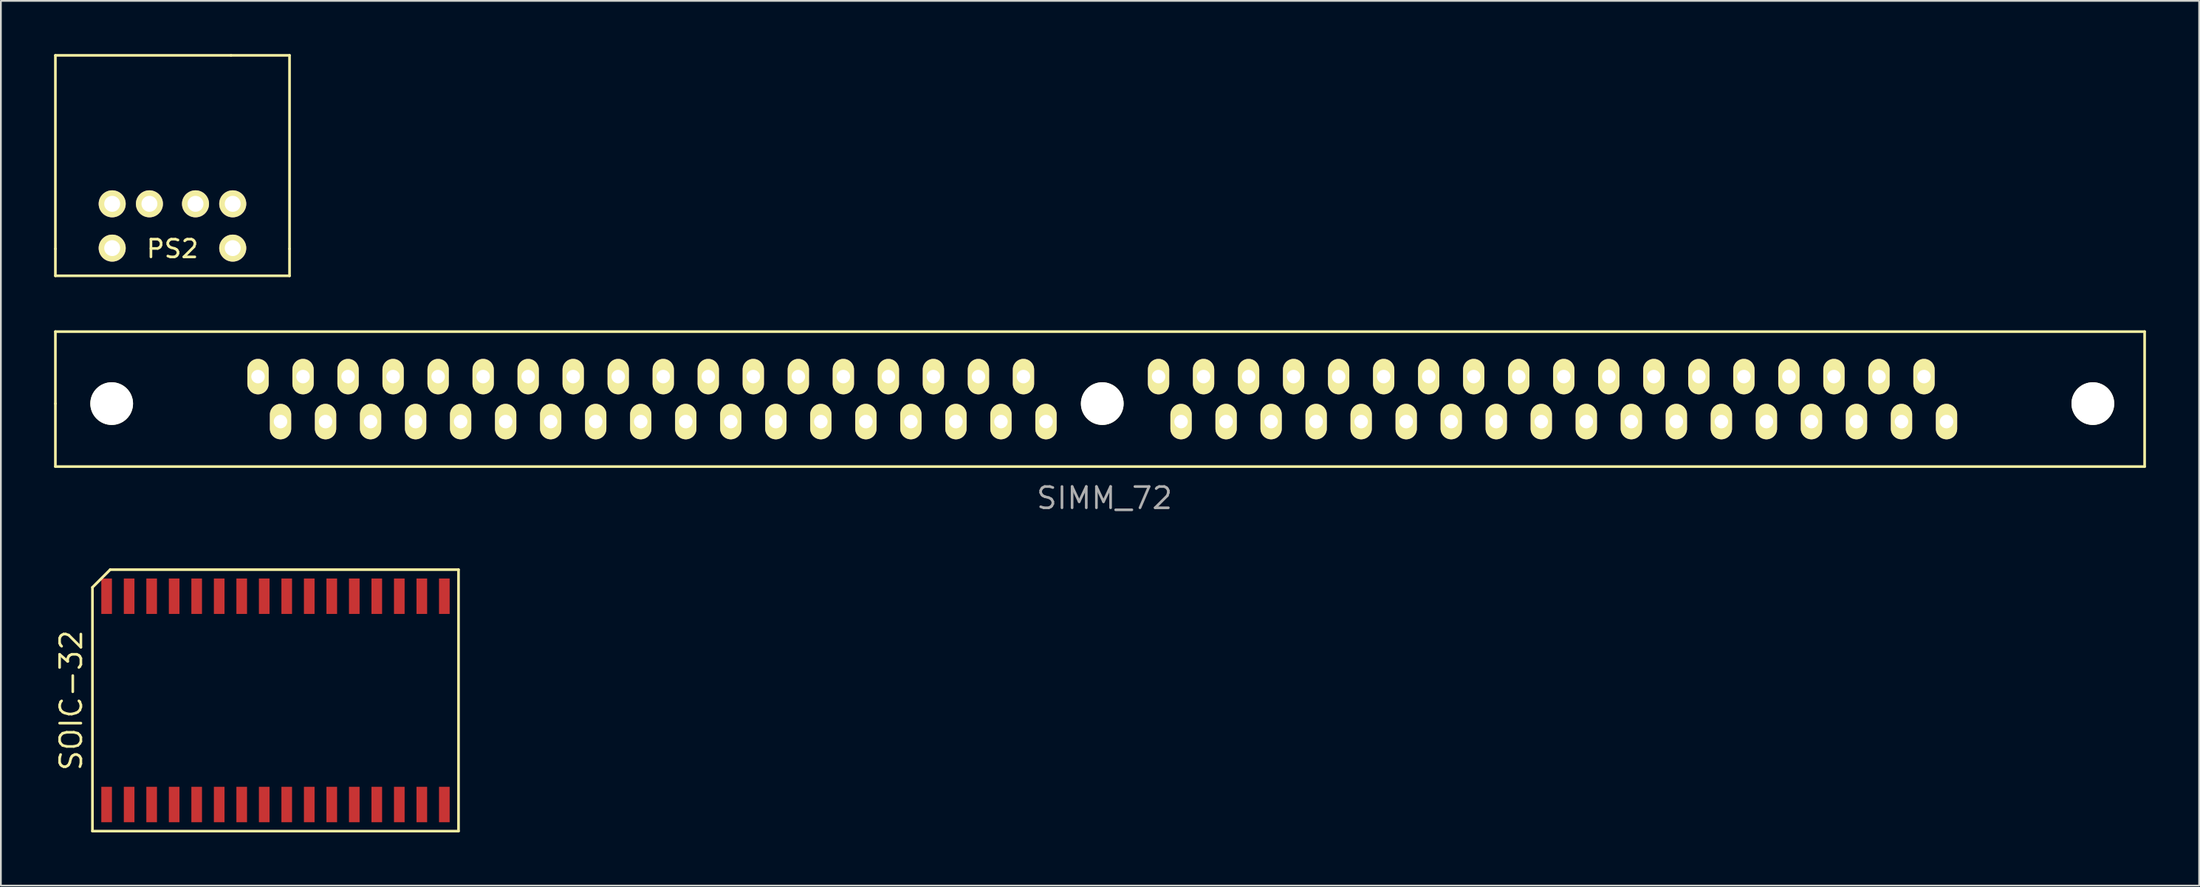
<source format=kicad_pcb>
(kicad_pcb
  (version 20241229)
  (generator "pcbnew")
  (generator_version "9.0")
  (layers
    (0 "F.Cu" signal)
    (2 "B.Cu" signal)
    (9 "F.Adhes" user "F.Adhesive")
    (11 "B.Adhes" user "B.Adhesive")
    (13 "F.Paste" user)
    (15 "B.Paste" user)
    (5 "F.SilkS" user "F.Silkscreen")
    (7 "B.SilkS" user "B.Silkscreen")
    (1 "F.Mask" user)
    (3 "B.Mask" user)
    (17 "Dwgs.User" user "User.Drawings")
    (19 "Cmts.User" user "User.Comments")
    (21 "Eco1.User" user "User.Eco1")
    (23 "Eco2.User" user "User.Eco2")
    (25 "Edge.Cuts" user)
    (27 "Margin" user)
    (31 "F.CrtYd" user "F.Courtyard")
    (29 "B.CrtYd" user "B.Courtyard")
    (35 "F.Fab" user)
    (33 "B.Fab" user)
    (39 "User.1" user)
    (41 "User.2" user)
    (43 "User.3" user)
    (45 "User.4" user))
  (footprint "PS2"
    (layer "F.Cu")
    (at 6.679 8.457)
    (property "Reference" "PS2" (at 0 2.54 0) (layer "F.SilkS") (effects (font (size 1 1) (thickness 0.15))))
    (fp_line (start -6.604 -8.382) (end 3.302 -8.382) (stroke (width 0.15) (type solid)) (layer "F.SilkS"))
    (fp_line (start -6.604 2.54) (end -6.604 -8.382) (stroke (width 0.15) (type solid)) (layer "F.SilkS"))
    (fp_line (start -6.604 4.064) (end -6.604 2.54) (stroke (width 0.15) (type solid)) (layer "F.SilkS"))
    (fp_line (start 3.302 -8.382) (end 6.604 -8.382) (stroke (width 0.15) (type solid)) (layer "F.SilkS"))
    (fp_line (start 6.604 -8.382) (end 6.604 2.54) (stroke (width 0.15) (type solid)) (layer "F.SilkS"))
    (fp_line (start 6.604 2.54) (end 6.604 4.064) (stroke (width 0.15) (type solid)) (layer "F.SilkS"))
    (fp_line (start 6.604 4.064) (end -6.604 4.064) (stroke (width 0.15) (type solid)) (layer "F.SilkS"))
    (pad "1" thru_hole circle (at -1.3 0) (size 1.524 1.524) (drill 0.9) (layers "*.Cu" "*.Mask" "F.SilkS"))
    (pad "2" thru_hole circle (at 1.3 0) (size 1.524 1.524) (drill 0.9) (layers "*.Cu" "*.Mask" "F.SilkS"))
    (pad "3" thru_hole circle (at -3.4 0) (size 1.524 1.524) (drill 0.9) (layers "*.Cu" "*.Mask" "F.SilkS"))
    (pad "4" thru_hole circle (at 3.4 0) (size 1.524 1.524) (drill 0.9) (layers "*.Cu" "*.Mask" "F.SilkS"))
    (pad "5" thru_hole circle (at -3.4 2.5) (size 1.524 1.524) (drill 0.9) (layers "*.Cu" "*.Mask" "F.SilkS"))
    (pad "6" thru_hole circle (at 3.4 2.5) (size 1.524 1.524) (drill 0.9) (layers "*.Cu" "*.Mask" "F.SilkS")))
  (footprint "SIMM_72"
    (layer "F.Cu")
    (at 59.003 19.735)
    (property "Reference" "SIMM_72" (at 0.254 5.334 0) (layer "F.Fab") (effects (font (size 1.2 1.2) (thickness 0.15))))
    (attr through_hole)
    (fp_line (start -58.928 -4.064) (end -58.928 0) (stroke (width 0.15) (type solid)) (layer "F.SilkS"))
    (fp_line (start -58.928 0) (end -58.928 3.556) (stroke (width 0.15) (type solid)) (layer "F.SilkS"))
    (fp_line (start -58.928 3.556) (end 58.928 3.556) (stroke (width 0.15) (type solid)) (layer "F.SilkS"))
    (fp_line (start 58.928 -4.064) (end -58.928 -4.064) (stroke (width 0.15) (type solid)) (layer "F.SilkS"))
    (fp_line (start 58.928 3.556) (end 58.928 -4.064) (stroke (width 0.15) (type solid)) (layer "F.SilkS"))
    (pad "" np_thru_hole circle (at -55.753 0) (size 2.41 2.41) (drill 2.41) (layers "*.Cu" "*.Mask" "F.SilkS"))
    (pad "" np_thru_hole circle (at 0.127 0) (size 2.41 2.41) (drill 2.41) (layers "*.Cu" "*.Mask" "F.SilkS"))
    (pad "" np_thru_hole circle (at 56.007 0) (size 2.41 2.41) (drill 2.41) (layers "*.Cu" "*.Mask" "F.SilkS"))
    (pad "1" thru_hole oval (at 47.752 1.016) (size 1.2 2) (drill 0.762) (layers "*.Cu" "*.Mask" "F.SilkS"))
    (pad "2" thru_hole oval (at 46.482 -1.524) (size 1.2 2) (drill 0.762) (layers "*.Cu" "*.Mask" "F.SilkS"))
    (pad "3" thru_hole oval (at 45.212 1.016) (size 1.2 2) (drill 0.762) (layers "*.Cu" "*.Mask" "F.SilkS"))
    (pad "4" thru_hole oval (at 43.942 -1.524) (size 1.2 2) (drill 0.762) (layers "*.Cu" "*.Mask" "F.SilkS"))
    (pad "5" thru_hole oval (at 42.672 1.016) (size 1.2 2) (drill 0.762) (layers "*.Cu" "*.Mask" "F.SilkS"))
    (pad "6" thru_hole oval (at 41.402 -1.524) (size 1.2 2) (drill 0.762) (layers "*.Cu" "*.Mask" "F.SilkS"))
    (pad "7" thru_hole oval (at 40.132 1.016) (size 1.2 2) (drill 0.762) (layers "*.Cu" "*.Mask" "F.SilkS"))
    (pad "8" thru_hole oval (at 38.862 -1.524) (size 1.2 2) (drill 0.762) (layers "*.Cu" "*.Mask" "F.SilkS"))
    (pad "9" thru_hole oval (at 37.592 1.016) (size 1.2 2) (drill 0.762) (layers "*.Cu" "*.Mask" "F.SilkS"))
    (pad "10" thru_hole oval (at 36.322 -1.524) (size 1.2 2) (drill 0.762) (layers "*.Cu" "*.Mask" "F.SilkS"))
    (pad "11" thru_hole oval (at 35.052 1.016) (size 1.2 2) (drill 0.762) (layers "*.Cu" "*.Mask" "F.SilkS"))
    (pad "12" thru_hole oval (at 33.782 -1.524) (size 1.2 2) (drill 0.762) (layers "*.Cu" "*.Mask" "F.SilkS"))
    (pad "13" thru_hole oval (at 32.512 1.016) (size 1.2 2) (drill 0.762) (layers "*.Cu" "*.Mask" "F.SilkS"))
    (pad "14" thru_hole oval (at 31.242 -1.524) (size 1.2 2) (drill 0.762) (layers "*.Cu" "*.Mask" "F.SilkS"))
    (pad "15" thru_hole oval (at 29.972 1.016) (size 1.2 2) (drill 0.762) (layers "*.Cu" "*.Mask" "F.SilkS"))
    (pad "16" thru_hole oval (at 28.702 -1.524) (size 1.2 2) (drill 0.762) (layers "*.Cu" "*.Mask" "F.SilkS"))
    (pad "17" thru_hole oval (at 27.432 1.016) (size 1.2 2) (drill 0.762) (layers "*.Cu" "*.Mask" "F.SilkS"))
    (pad "18" thru_hole oval (at 26.162 -1.524) (size 1.2 2) (drill 0.762) (layers "*.Cu" "*.Mask" "F.SilkS"))
    (pad "19" thru_hole oval (at 24.892 1.016) (size 1.2 2) (drill 0.762) (layers "*.Cu" "*.Mask" "F.SilkS"))
    (pad "20" thru_hole oval (at 23.622 -1.524) (size 1.2 2) (drill 0.762) (layers "*.Cu" "*.Mask" "F.SilkS"))
    (pad "21" thru_hole oval (at 22.352 1.016) (size 1.2 2) (drill 0.762) (layers "*.Cu" "*.Mask" "F.SilkS"))
    (pad "22" thru_hole oval (at 21.082 -1.524) (size 1.2 2) (drill 0.762) (layers "*.Cu" "*.Mask" "F.SilkS"))
    (pad "23" thru_hole oval (at 19.812 1.016) (size 1.2 2) (drill 0.762) (layers "*.Cu" "*.Mask" "F.SilkS"))
    (pad "24" thru_hole oval (at 18.542 -1.524) (size 1.2 2) (drill 0.762) (layers "*.Cu" "*.Mask" "F.SilkS"))
    (pad "25" thru_hole oval (at 17.272 1.016) (size 1.2 2) (drill 0.762) (layers "*.Cu" "*.Mask" "F.SilkS"))
    (pad "26" thru_hole oval (at 16.002 -1.524) (size 1.2 2) (drill 0.762) (layers "*.Cu" "*.Mask" "F.SilkS"))
    (pad "27" thru_hole oval (at 14.732 1.016) (size 1.2 2) (drill 0.762) (layers "*.Cu" "*.Mask" "F.SilkS"))
    (pad "28" thru_hole oval (at 13.462 -1.524) (size 1.2 2) (drill 0.762) (layers "*.Cu" "*.Mask" "F.SilkS"))
    (pad "29" thru_hole oval (at 12.192 1.016) (size 1.2 2) (drill 0.762) (layers "*.Cu" "*.Mask" "F.SilkS"))
    (pad "30" thru_hole oval (at 10.922 -1.524) (size 1.2 2) (drill 0.762) (layers "*.Cu" "*.Mask" "F.SilkS"))
    (pad "31" thru_hole oval (at 9.652 1.016) (size 1.2 2) (drill 0.762) (layers "*.Cu" "*.Mask" "F.SilkS"))
    (pad "32" thru_hole oval (at 8.382 -1.524) (size 1.2 2) (drill 0.762) (layers "*.Cu" "*.Mask" "F.SilkS"))
    (pad "33" thru_hole oval (at 7.112 1.016) (size 1.2 2) (drill 0.762) (layers "*.Cu" "*.Mask" "F.SilkS"))
    (pad "34" thru_hole oval (at 5.842 -1.524) (size 1.2 2) (drill 0.762) (layers "*.Cu" "*.Mask" "F.SilkS"))
    (pad "35" thru_hole oval (at 4.572 1.016) (size 1.2 2) (drill 0.762) (layers "*.Cu" "*.Mask" "F.SilkS"))
    (pad "36" thru_hole oval (at 3.302 -1.524) (size 1.2 2) (drill 0.762) (layers "*.Cu" "*.Mask" "F.SilkS"))
    (pad "37" thru_hole oval (at -3.048 1.016) (size 1.2 2) (drill 0.762) (layers "*.Cu" "*.Mask" "F.SilkS"))
    (pad "38" thru_hole oval (at -4.318 -1.524) (size 1.2 2) (drill 0.762) (layers "*.Cu" "*.Mask" "F.SilkS"))
    (pad "39" thru_hole oval (at -5.588 1.016) (size 1.2 2) (drill 0.762) (layers "*.Cu" "*.Mask" "F.SilkS"))
    (pad "40" thru_hole oval (at -6.858 -1.524) (size 1.2 2) (drill 0.762) (layers "*.Cu" "*.Mask" "F.SilkS"))
    (pad "41" thru_hole oval (at -8.128 1.016) (size 1.2 2) (drill 0.762) (layers "*.Cu" "*.Mask" "F.SilkS"))
    (pad "42" thru_hole oval (at -9.398 -1.524) (size 1.2 2) (drill 0.762) (layers "*.Cu" "*.Mask" "F.SilkS"))
    (pad "43" thru_hole oval (at -10.668 1.016) (size 1.2 2) (drill 0.762) (layers "*.Cu" "*.Mask" "F.SilkS"))
    (pad "44" thru_hole oval (at -11.938 -1.524) (size 1.2 2) (drill 0.762) (layers "*.Cu" "*.Mask" "F.SilkS"))
    (pad "45" thru_hole oval (at -13.208 1.016) (size 1.2 2) (drill 0.762) (layers "*.Cu" "*.Mask" "F.SilkS"))
    (pad "46" thru_hole oval (at -14.478 -1.524) (size 1.2 2) (drill 0.762) (layers "*.Cu" "*.Mask" "F.SilkS"))
    (pad "47" thru_hole oval (at -15.748 1.016) (size 1.2 2) (drill 0.762) (layers "*.Cu" "*.Mask" "F.SilkS"))
    (pad "48" thru_hole oval (at -17.018 -1.524) (size 1.2 2) (drill 0.762) (layers "*.Cu" "*.Mask" "F.SilkS"))
    (pad "49" thru_hole oval (at -18.288 1.016) (size 1.2 2) (drill 0.762) (layers "*.Cu" "*.Mask" "F.SilkS"))
    (pad "50" thru_hole oval (at -19.558 -1.524) (size 1.2 2) (drill 0.762) (layers "*.Cu" "*.Mask" "F.SilkS"))
    (pad "51" thru_hole oval (at -20.828 1.016) (size 1.2 2) (drill 0.762) (layers "*.Cu" "*.Mask" "F.SilkS"))
    (pad "52" thru_hole oval (at -22.098 -1.524) (size 1.2 2) (drill 0.762) (layers "*.Cu" "*.Mask" "F.SilkS"))
    (pad "53" thru_hole oval (at -23.368 1.016) (size 1.2 2) (drill 0.762) (layers "*.Cu" "*.Mask" "F.SilkS"))
    (pad "54" thru_hole oval (at -24.638 -1.524) (size 1.2 2) (drill 0.762) (layers "*.Cu" "*.Mask" "F.SilkS"))
    (pad "55" thru_hole oval (at -25.908 1.016) (size 1.2 2) (drill 0.762) (layers "*.Cu" "*.Mask" "F.SilkS"))
    (pad "56" thru_hole oval (at -27.178 -1.524) (size 1.2 2) (drill 0.762) (layers "*.Cu" "*.Mask" "F.SilkS"))
    (pad "57" thru_hole oval (at -28.448 1.016) (size 1.2 2) (drill 0.762) (layers "*.Cu" "*.Mask" "F.SilkS"))
    (pad "58" thru_hole oval (at -29.718 -1.524) (size 1.2 2) (drill 0.762) (layers "*.Cu" "*.Mask" "F.SilkS"))
    (pad "59" thru_hole oval (at -30.988 1.016) (size 1.2 2) (drill 0.762) (layers "*.Cu" "*.Mask" "F.SilkS"))
    (pad "60" thru_hole oval (at -32.258 -1.524) (size 1.2 2) (drill 0.762) (layers "*.Cu" "*.Mask" "F.SilkS"))
    (pad "61" thru_hole oval (at -33.528 1.016) (size 1.2 2) (drill 0.762) (layers "*.Cu" "*.Mask" "F.SilkS"))
    (pad "62" thru_hole oval (at -34.798 -1.524) (size 1.2 2) (drill 0.762) (layers "*.Cu" "*.Mask" "F.SilkS"))
    (pad "63" thru_hole oval (at -36.068 1.016) (size 1.2 2) (drill 0.762) (layers "*.Cu" "*.Mask" "F.SilkS"))
    (pad "64" thru_hole oval (at -37.338 -1.524) (size 1.2 2) (drill 0.762) (layers "*.Cu" "*.Mask" "F.SilkS"))
    (pad "65" thru_hole oval (at -38.608 1.016) (size 1.2 2) (drill 0.762) (layers "*.Cu" "*.Mask" "F.SilkS"))
    (pad "66" thru_hole oval (at -39.878 -1.524) (size 1.2 2) (drill 0.762) (layers "*.Cu" "*.Mask" "F.SilkS"))
    (pad "67" thru_hole oval (at -41.148 1.016) (size 1.2 2) (drill 0.762) (layers "*.Cu" "*.Mask" "F.SilkS"))
    (pad "68" thru_hole oval (at -42.418 -1.524) (size 1.2 2) (drill 0.762) (layers "*.Cu" "*.Mask" "F.SilkS"))
    (pad "69" thru_hole oval (at -43.688 1.016) (size 1.2 2) (drill 0.762) (layers "*.Cu" "*.Mask" "F.SilkS"))
    (pad "70" thru_hole oval (at -44.958 -1.524) (size 1.2 2) (drill 0.762) (layers "*.Cu" "*.Mask" "F.SilkS"))
    (pad "71" thru_hole oval (at -46.228 1.016) (size 1.2 2) (drill 0.762) (layers "*.Cu" "*.Mask" "F.SilkS"))
    (pad "72" thru_hole oval (at -47.498 -1.524) (size 1.2 2) (drill 0.762) (layers "*.Cu" "*.Mask" "F.SilkS")))
  (footprint "SOIC-32"
    (layer "F.Cu")
    (at 12.49 36.489)
    (property "Reference" "SOIC-32" (at -11.525 0 90) (layer "F.SilkS") (effects (font (size 1.2 1.2) (thickness 0.15))))
    (attr through_hole)
    (fp_line (start -10.325 -6.38) (end -10.325 7.38) (stroke (width 0.15) (type solid)) (layer "F.SilkS"))
    (fp_line (start -10.325 7.38) (end 10.325 7.38) (stroke (width 0.15) (type solid)) (layer "F.SilkS"))
    (fp_line (start -9.325 -7.38) (end -10.325 -6.38) (stroke (width 0.15) (type solid)) (layer "F.SilkS"))
    (fp_line (start 10.325 -7.38) (end -9.325 -7.38) (stroke (width 0.15) (type solid)) (layer "F.SilkS"))
    (fp_line (start 10.325 7.38) (end 10.325 -7.38) (stroke (width 0.15) (type solid)) (layer "F.SilkS"))
    (pad "1" smd rect (at -9.525 5.88) (size 0.6 2) (layers "F.Cu" "F.Mask" "F.Paste"))
    (pad "2" smd rect (at -8.255 5.88) (size 0.6 2) (layers "F.Cu" "F.Mask" "F.Paste"))
    (pad "3" smd rect (at -6.985 5.88) (size 0.6 2) (layers "F.Cu" "F.Mask" "F.Paste"))
    (pad "4" smd rect (at -5.715 5.88) (size 0.6 2) (layers "F.Cu" "F.Mask" "F.Paste"))
    (pad "5" smd rect (at -4.445 5.88) (size 0.6 2) (layers "F.Cu" "F.Mask" "F.Paste"))
    (pad "6" smd rect (at -3.175 5.88) (size 0.6 2) (layers "F.Cu" "F.Mask" "F.Paste"))
    (pad "7" smd rect (at -1.905 5.88) (size 0.6 2) (layers "F.Cu" "F.Mask" "F.Paste"))
    (pad "8" smd rect (at -0.635 5.88) (size 0.6 2) (layers "F.Cu" "F.Mask" "F.Paste"))
    (pad "9" smd rect (at 0.635 5.88) (size 0.6 2) (layers "F.Cu" "F.Mask" "F.Paste"))
    (pad "10" smd rect (at 1.905 5.88) (size 0.6 2) (layers "F.Cu" "F.Mask" "F.Paste"))
    (pad "11" smd rect (at 3.175 5.88) (size 0.6 2) (layers "F.Cu" "F.Mask" "F.Paste"))
    (pad "12" smd rect (at 4.445 5.88) (size 0.6 2) (layers "F.Cu" "F.Mask" "F.Paste"))
    (pad "13" smd rect (at 5.715 5.88) (size 0.6 2) (layers "F.Cu" "F.Mask" "F.Paste"))
    (pad "14" smd rect (at 6.985 5.88) (size 0.6 2) (layers "F.Cu" "F.Mask" "F.Paste"))
    (pad "15" smd rect (at 8.255 5.88) (size 0.6 2) (layers "F.Cu" "F.Mask" "F.Paste"))
    (pad "16" smd rect (at 9.525 5.88) (size 0.6 2) (layers "F.Cu" "F.Mask" "F.Paste"))
    (pad "17" smd rect (at 9.525 -5.88) (size 0.6 2) (layers "F.Cu" "F.Mask" "F.Paste"))
    (pad "18" smd rect (at 8.255 -5.88) (size 0.6 2) (layers "F.Cu" "F.Mask" "F.Paste"))
    (pad "19" smd rect (at 6.985 -5.88) (size 0.6 2) (layers "F.Cu" "F.Mask" "F.Paste"))
    (pad "20" smd rect (at 5.715 -5.88) (size 0.6 2) (layers "F.Cu" "F.Mask" "F.Paste"))
    (pad "21" smd rect (at 4.445 -5.88) (size 0.6 2) (layers "F.Cu" "F.Mask" "F.Paste"))
    (pad "22" smd rect (at 3.175 -5.88) (size 0.6 2) (layers "F.Cu" "F.Mask" "F.Paste"))
    (pad "23" smd rect (at 1.905 -5.88) (size 0.6 2) (layers "F.Cu" "F.Mask" "F.Paste"))
    (pad "24" smd rect (at 0.635 -5.88) (size 0.6 2) (layers "F.Cu" "F.Mask" "F.Paste"))
    (pad "25" smd rect (at -0.635 -5.88) (size 0.6 2) (layers "F.Cu" "F.Mask" "F.Paste"))
    (pad "26" smd rect (at -1.905 -5.88) (size 0.6 2) (layers "F.Cu" "F.Mask" "F.Paste"))
    (pad "27" smd rect (at -3.175 -5.88) (size 0.6 2) (layers "F.Cu" "F.Mask" "F.Paste"))
    (pad "28" smd rect (at -4.445 -5.88) (size 0.6 2) (layers "F.Cu" "F.Mask" "F.Paste"))
    (pad "29" smd rect (at -5.715 -5.88) (size 0.6 2) (layers "F.Cu" "F.Mask" "F.Paste"))
    (pad "30" smd rect (at -6.985 -5.88) (size 0.6 2) (layers "F.Cu" "F.Mask" "F.Paste"))
    (pad "31" smd rect (at -8.255 -5.88) (size 0.6 2) (layers "F.Cu" "F.Mask" "F.Paste"))
    (pad "32" smd rect (at -9.525 -5.88) (size 0.6 2) (layers "F.Cu" "F.Mask" "F.Paste")))
  (gr_rect
    (start -3 -3)
    (end 121.006 46.944)
    (stroke (width 0.1) (type default))
    (fill no)
    (layer "Edge.Cuts")))
</source>
